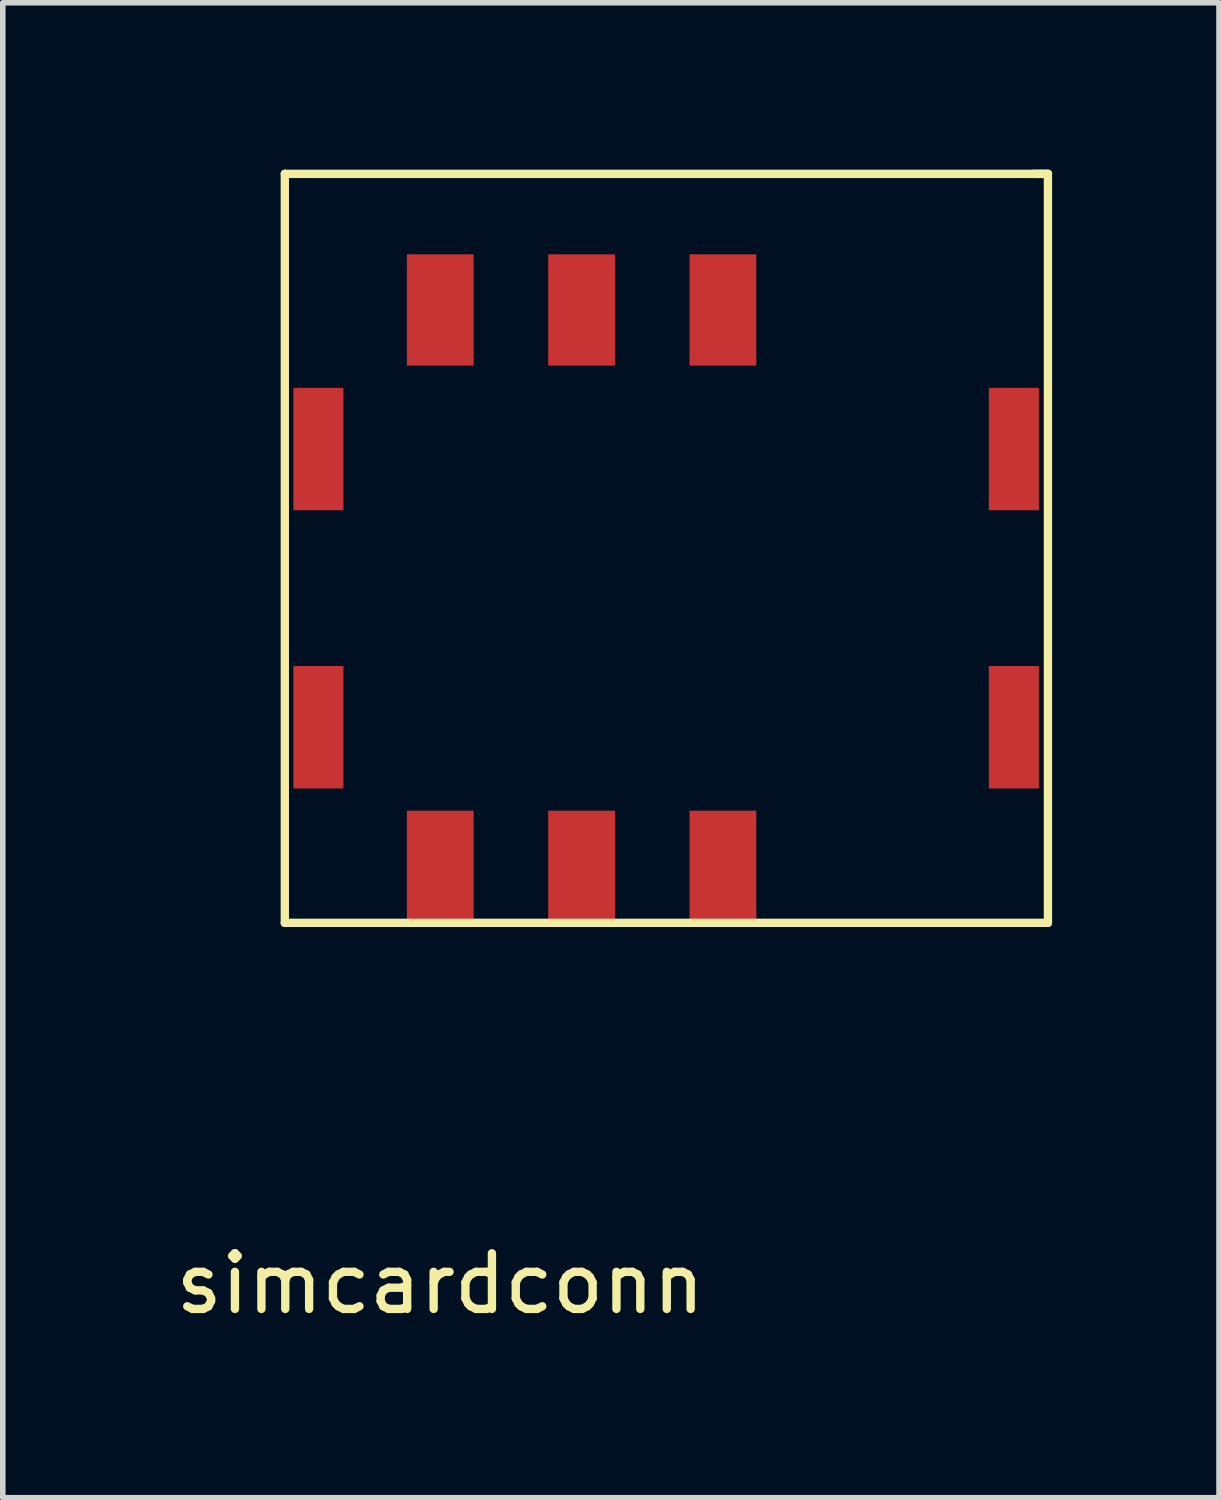
<source format=kicad_pcb>
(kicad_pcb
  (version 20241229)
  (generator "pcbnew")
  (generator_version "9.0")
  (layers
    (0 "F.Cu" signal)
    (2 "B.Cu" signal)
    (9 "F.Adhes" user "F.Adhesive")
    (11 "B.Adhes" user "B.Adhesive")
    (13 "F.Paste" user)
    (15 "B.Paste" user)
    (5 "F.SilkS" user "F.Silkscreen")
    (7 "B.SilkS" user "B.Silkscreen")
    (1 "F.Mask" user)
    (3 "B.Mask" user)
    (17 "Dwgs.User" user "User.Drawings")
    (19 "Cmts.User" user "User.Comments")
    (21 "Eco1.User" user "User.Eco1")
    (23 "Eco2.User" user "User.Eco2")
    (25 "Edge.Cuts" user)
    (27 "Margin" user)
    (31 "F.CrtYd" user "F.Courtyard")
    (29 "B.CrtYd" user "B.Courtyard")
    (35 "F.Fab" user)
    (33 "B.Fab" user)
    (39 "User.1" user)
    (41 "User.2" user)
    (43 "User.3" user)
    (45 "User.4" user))
  (footprint "simcardconn"
    (layer "F.Cu")
    (at 4.863 12.521)
    (property "Reference" "simcardconn" (at 0 7.5 0) (layer "F.SilkS") (effects (font (size 1 1) (thickness 0.15))))
    (attr through_hole)
    (fp_line (start -2.794 -12.446) (end 10.922 -12.446) (stroke (width 0.15) (type solid)) (layer "F.SilkS"))
    (fp_line (start -2.794 1.016) (end -2.794 -12.446) (stroke (width 0.15) (type solid)) (layer "F.SilkS"))
    (fp_line (start -2.794 1.016) (end 10.922 1.016) (stroke (width 0.15) (type solid)) (layer "F.SilkS"))
    (fp_line (start 10.668 -12.446) (end 10.922 -12.446) (stroke (width 0.15) (type solid)) (layer "F.SilkS"))
    (fp_line (start 10.922 -12.446) (end 10.922 1.016) (stroke (width 0.15) (type solid)) (layer "F.SilkS"))
    (pad "" smd rect (at -2.19 -7.5) (size 0.9 2.2) (layers "F.Cu" "F.Mask" "F.Paste"))
    (pad "" smd rect (at -2.19 -2.5) (size 0.9 2.2) (layers "F.Cu" "F.Mask" "F.Paste"))
    (pad "" smd rect (at 10.31 -7.5) (size 0.9 2.2) (layers "F.Cu" "F.Mask" "F.Paste"))
    (pad "" smd rect (at 10.31 -2.5) (size 0.9 2.2) (layers "F.Cu" "F.Mask" "F.Paste"))
    (pad "1" smd rect (at 0 0) (size 1.2 2) (layers "F.Cu" "F.Mask" "F.Paste"))
    (pad "2" smd rect (at 2.54 0) (size 1.2 2) (layers "F.Cu" "F.Mask" "F.Paste"))
    (pad "3" smd rect (at 5.08 0) (size 1.2 2) (layers "F.Cu" "F.Mask" "F.Paste"))
    (pad "4" smd rect (at 5.08 -10) (size 1.2 2) (layers "F.Cu" "F.Mask" "F.Paste"))
    (pad "5" smd rect (at 2.54 -10) (size 1.2 2) (layers "F.Cu" "F.Mask" "F.Paste"))
    (pad "6" smd rect (at 0 -10) (size 1.2 2) (layers "F.Cu" "F.Mask" "F.Paste")))
  (gr_rect
    (start -3 -3)
    (end 18.86 23.869)
    (stroke (width 0.1) (type default))
    (fill no)
    (layer "Edge.Cuts")))
</source>
